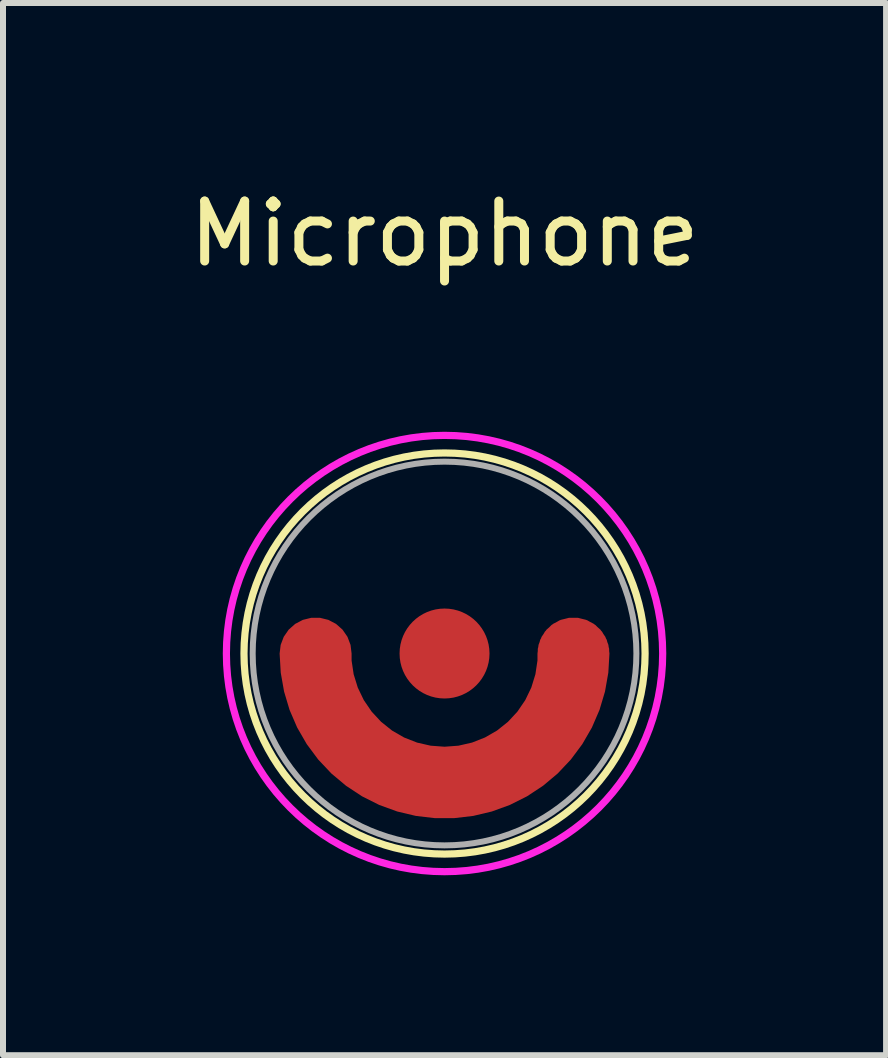
<source format=kicad_pcb>
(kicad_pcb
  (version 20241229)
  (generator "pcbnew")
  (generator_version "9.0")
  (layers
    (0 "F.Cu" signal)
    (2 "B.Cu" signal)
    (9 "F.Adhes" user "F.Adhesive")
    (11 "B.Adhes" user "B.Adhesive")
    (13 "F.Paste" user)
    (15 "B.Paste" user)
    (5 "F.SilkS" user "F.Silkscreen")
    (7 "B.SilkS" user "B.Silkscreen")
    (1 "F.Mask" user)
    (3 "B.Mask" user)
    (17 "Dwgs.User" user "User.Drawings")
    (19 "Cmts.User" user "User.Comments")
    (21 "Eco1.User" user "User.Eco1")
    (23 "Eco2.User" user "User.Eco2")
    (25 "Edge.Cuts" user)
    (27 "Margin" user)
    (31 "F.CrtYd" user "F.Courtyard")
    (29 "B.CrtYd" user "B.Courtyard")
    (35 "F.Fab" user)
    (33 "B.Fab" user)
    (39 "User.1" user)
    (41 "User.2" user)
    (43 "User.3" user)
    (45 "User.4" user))
  (footprint "Microphone"
    (layer "F.Cu")
    (at 4.363 7.848)
    (property "Reference" "Microphone" (at 0 -7 0) (unlocked yes) (layer "F.SilkS") (effects (font (size 1 1) (thickness 0.15))))
    (fp_circle (center 0 0) (end 2.51 -2.21) (stroke (width 0.12) (type solid)) (fill no) (layer "F.SilkS"))
    (fp_circle (center 0 0) (end 3.37 -1.37) (stroke (width 0.12) (type solid)) (fill no) (layer "F.CrtYd"))
    (fp_circle (center 0 0) (end 2.97 -1.19) (stroke (width 0.1) (type solid)) (fill no) (layer "F.Fab"))
    (pad "1" smd custom (at 2.15 0) (size 1.2 1.2) (layers "F.Cu" "F.Mask" "F.Paste") (options (anchor circle)) (primitives (gr_arc (start 0 0) (mid -2.15 2.15) (end -4.3 0) (width 1.2))))
    (pad "2" smd circle (at 0 0) (size 1.5 1.5) (layers "F.Cu" "F.Mask" "F.Paste")))
  (gr_rect
    (start -3 -3)
    (end 11.726 14.546)
    (stroke (width 0.1) (type default))
    (fill no)
    (layer "Edge.Cuts")))
</source>
